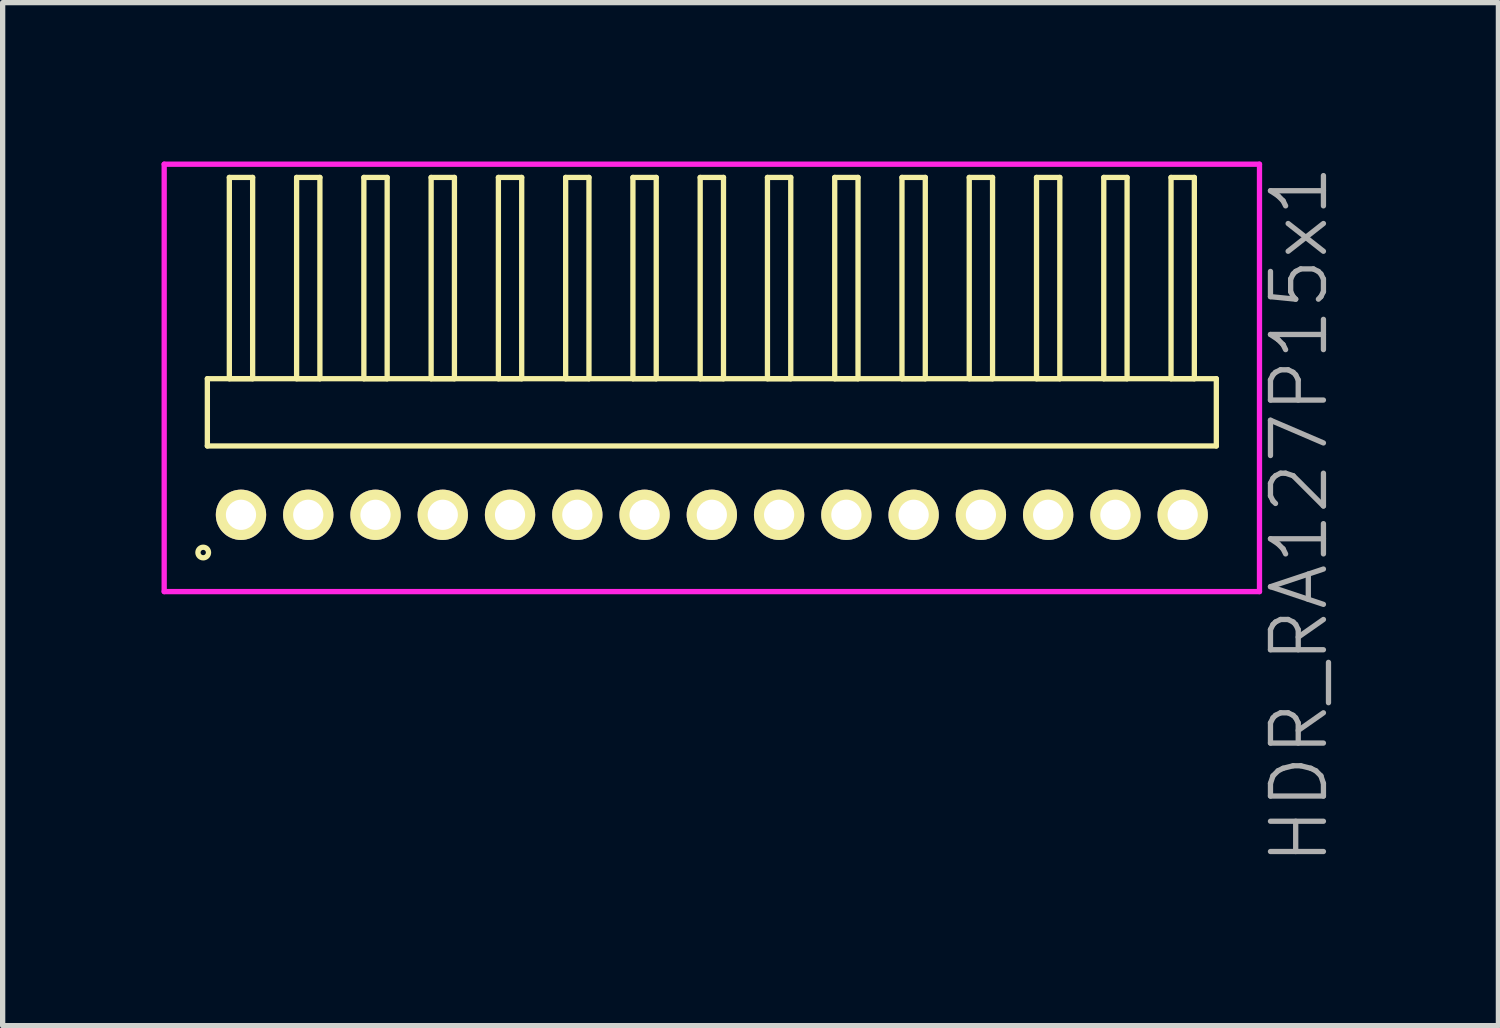
<source format=kicad_pcb>
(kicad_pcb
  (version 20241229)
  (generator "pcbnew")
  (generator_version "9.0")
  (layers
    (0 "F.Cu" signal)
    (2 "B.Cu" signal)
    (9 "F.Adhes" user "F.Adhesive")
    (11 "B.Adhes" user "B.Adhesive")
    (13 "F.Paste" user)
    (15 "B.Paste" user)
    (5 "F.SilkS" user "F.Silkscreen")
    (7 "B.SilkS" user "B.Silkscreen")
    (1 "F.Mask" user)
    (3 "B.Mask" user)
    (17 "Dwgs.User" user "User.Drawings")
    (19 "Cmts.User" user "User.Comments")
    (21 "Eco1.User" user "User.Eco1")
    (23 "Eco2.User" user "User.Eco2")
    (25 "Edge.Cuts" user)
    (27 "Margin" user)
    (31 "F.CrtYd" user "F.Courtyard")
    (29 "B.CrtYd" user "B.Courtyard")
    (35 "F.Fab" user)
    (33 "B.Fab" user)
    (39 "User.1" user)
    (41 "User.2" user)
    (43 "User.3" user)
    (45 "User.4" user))
  (footprint "HDR_RA127P15x1"
    (layer "F.Cu")
    (at 10.39 6.67)
    (property "Reference" "HDR_RA127P15x1" (at 11.09 0 90) (layer "F.Fab") (effects (font (size 1 1) (thickness 0.1))))
    (attr through_hole)
    (fp_line (start -9.525 -2.57) (end -9.525 -1.3) (stroke (width 0.1) (type solid)) (layer "F.SilkS"))
    (fp_line (start -9.525 -1.3) (end 9.525 -1.3) (stroke (width 0.1) (type solid)) (layer "F.SilkS"))
    (fp_line (start -9.11 -6.37) (end -9.11 -2.57) (stroke (width 0.1) (type solid)) (layer "F.SilkS"))
    (fp_line (start -9.11 -2.57) (end -8.67 -2.57) (stroke (width 0.1) (type solid)) (layer "F.SilkS"))
    (fp_line (start -8.67 -6.37) (end -9.11 -6.37) (stroke (width 0.1) (type solid)) (layer "F.SilkS"))
    (fp_line (start -8.67 -2.57) (end -8.67 -6.37) (stroke (width 0.1) (type solid)) (layer "F.SilkS"))
    (fp_line (start -7.84 -6.37) (end -7.84 -2.57) (stroke (width 0.1) (type solid)) (layer "F.SilkS"))
    (fp_line (start -7.84 -2.57) (end -7.4 -2.57) (stroke (width 0.1) (type solid)) (layer "F.SilkS"))
    (fp_line (start -7.4 -6.37) (end -7.84 -6.37) (stroke (width 0.1) (type solid)) (layer "F.SilkS"))
    (fp_line (start -7.4 -2.57) (end -7.4 -6.37) (stroke (width 0.1) (type solid)) (layer "F.SilkS"))
    (fp_line (start -6.57 -6.37) (end -6.57 -2.57) (stroke (width 0.1) (type solid)) (layer "F.SilkS"))
    (fp_line (start -6.57 -2.57) (end -6.13 -2.57) (stroke (width 0.1) (type solid)) (layer "F.SilkS"))
    (fp_line (start -6.13 -6.37) (end -6.57 -6.37) (stroke (width 0.1) (type solid)) (layer "F.SilkS"))
    (fp_line (start -6.13 -2.57) (end -6.13 -6.37) (stroke (width 0.1) (type solid)) (layer "F.SilkS"))
    (fp_line (start -5.3 -6.37) (end -5.3 -2.57) (stroke (width 0.1) (type solid)) (layer "F.SilkS"))
    (fp_line (start -5.3 -2.57) (end -4.86 -2.57) (stroke (width 0.1) (type solid)) (layer "F.SilkS"))
    (fp_line (start -4.86 -6.37) (end -5.3 -6.37) (stroke (width 0.1) (type solid)) (layer "F.SilkS"))
    (fp_line (start -4.86 -2.57) (end -4.86 -6.37) (stroke (width 0.1) (type solid)) (layer "F.SilkS"))
    (fp_line (start -4.03 -6.37) (end -4.03 -2.57) (stroke (width 0.1) (type solid)) (layer "F.SilkS"))
    (fp_line (start -4.03 -2.57) (end -3.59 -2.57) (stroke (width 0.1) (type solid)) (layer "F.SilkS"))
    (fp_line (start -3.59 -6.37) (end -4.03 -6.37) (stroke (width 0.1) (type solid)) (layer "F.SilkS"))
    (fp_line (start -3.59 -2.57) (end -3.59 -6.37) (stroke (width 0.1) (type solid)) (layer "F.SilkS"))
    (fp_line (start -2.76 -6.37) (end -2.76 -2.57) (stroke (width 0.1) (type solid)) (layer "F.SilkS"))
    (fp_line (start -2.76 -2.57) (end -2.32 -2.57) (stroke (width 0.1) (type solid)) (layer "F.SilkS"))
    (fp_line (start -2.32 -6.37) (end -2.76 -6.37) (stroke (width 0.1) (type solid)) (layer "F.SilkS"))
    (fp_line (start -2.32 -2.57) (end -2.32 -6.37) (stroke (width 0.1) (type solid)) (layer "F.SilkS"))
    (fp_line (start -1.49 -6.37) (end -1.49 -2.57) (stroke (width 0.1) (type solid)) (layer "F.SilkS"))
    (fp_line (start -1.49 -2.57) (end -1.05 -2.57) (stroke (width 0.1) (type solid)) (layer "F.SilkS"))
    (fp_line (start -1.05 -6.37) (end -1.49 -6.37) (stroke (width 0.1) (type solid)) (layer "F.SilkS"))
    (fp_line (start -1.05 -2.57) (end -1.05 -6.37) (stroke (width 0.1) (type solid)) (layer "F.SilkS"))
    (fp_line (start -0.22 -6.37) (end -0.22 -2.57) (stroke (width 0.1) (type solid)) (layer "F.SilkS"))
    (fp_line (start -0.22 -2.57) (end 0.22 -2.57) (stroke (width 0.1) (type solid)) (layer "F.SilkS"))
    (fp_line (start 0.22 -6.37) (end -0.22 -6.37) (stroke (width 0.1) (type solid)) (layer "F.SilkS"))
    (fp_line (start 0.22 -2.57) (end 0.22 -6.37) (stroke (width 0.1) (type solid)) (layer "F.SilkS"))
    (fp_line (start 1.05 -6.37) (end 1.05 -2.57) (stroke (width 0.1) (type solid)) (layer "F.SilkS"))
    (fp_line (start 1.05 -2.57) (end 1.49 -2.57) (stroke (width 0.1) (type solid)) (layer "F.SilkS"))
    (fp_line (start 1.49 -6.37) (end 1.05 -6.37) (stroke (width 0.1) (type solid)) (layer "F.SilkS"))
    (fp_line (start 1.49 -2.57) (end 1.49 -6.37) (stroke (width 0.1) (type solid)) (layer "F.SilkS"))
    (fp_line (start 2.32 -6.37) (end 2.32 -2.57) (stroke (width 0.1) (type solid)) (layer "F.SilkS"))
    (fp_line (start 2.32 -2.57) (end 2.76 -2.57) (stroke (width 0.1) (type solid)) (layer "F.SilkS"))
    (fp_line (start 2.76 -6.37) (end 2.32 -6.37) (stroke (width 0.1) (type solid)) (layer "F.SilkS"))
    (fp_line (start 2.76 -2.57) (end 2.76 -6.37) (stroke (width 0.1) (type solid)) (layer "F.SilkS"))
    (fp_line (start 3.59 -6.37) (end 3.59 -2.57) (stroke (width 0.1) (type solid)) (layer "F.SilkS"))
    (fp_line (start 3.59 -2.57) (end 4.03 -2.57) (stroke (width 0.1) (type solid)) (layer "F.SilkS"))
    (fp_line (start 4.03 -6.37) (end 3.59 -6.37) (stroke (width 0.1) (type solid)) (layer "F.SilkS"))
    (fp_line (start 4.03 -2.57) (end 4.03 -6.37) (stroke (width 0.1) (type solid)) (layer "F.SilkS"))
    (fp_line (start 4.86 -6.37) (end 4.86 -2.57) (stroke (width 0.1) (type solid)) (layer "F.SilkS"))
    (fp_line (start 4.86 -2.57) (end 5.3 -2.57) (stroke (width 0.1) (type solid)) (layer "F.SilkS"))
    (fp_line (start 5.3 -6.37) (end 4.86 -6.37) (stroke (width 0.1) (type solid)) (layer "F.SilkS"))
    (fp_line (start 5.3 -2.57) (end 5.3 -6.37) (stroke (width 0.1) (type solid)) (layer "F.SilkS"))
    (fp_line (start 6.13 -6.37) (end 6.13 -2.57) (stroke (width 0.1) (type solid)) (layer "F.SilkS"))
    (fp_line (start 6.13 -2.57) (end 6.57 -2.57) (stroke (width 0.1) (type solid)) (layer "F.SilkS"))
    (fp_line (start 6.57 -6.37) (end 6.13 -6.37) (stroke (width 0.1) (type solid)) (layer "F.SilkS"))
    (fp_line (start 6.57 -2.57) (end 6.57 -6.37) (stroke (width 0.1) (type solid)) (layer "F.SilkS"))
    (fp_line (start 7.4 -6.37) (end 7.4 -2.57) (stroke (width 0.1) (type solid)) (layer "F.SilkS"))
    (fp_line (start 7.4 -2.57) (end 7.84 -2.57) (stroke (width 0.1) (type solid)) (layer "F.SilkS"))
    (fp_line (start 7.84 -6.37) (end 7.4 -6.37) (stroke (width 0.1) (type solid)) (layer "F.SilkS"))
    (fp_line (start 7.84 -2.57) (end 7.84 -6.37) (stroke (width 0.1) (type solid)) (layer "F.SilkS"))
    (fp_line (start 8.67 -6.37) (end 8.67 -2.57) (stroke (width 0.1) (type solid)) (layer "F.SilkS"))
    (fp_line (start 8.67 -2.57) (end 9.11 -2.57) (stroke (width 0.1) (type solid)) (layer "F.SilkS"))
    (fp_line (start 9.11 -6.37) (end 8.67 -6.37) (stroke (width 0.1) (type solid)) (layer "F.SilkS"))
    (fp_line (start 9.11 -2.57) (end 9.11 -6.37) (stroke (width 0.1) (type solid)) (layer "F.SilkS"))
    (fp_line (start 9.525 -2.57) (end -9.525 -2.57) (stroke (width 0.1) (type solid)) (layer "F.SilkS"))
    (fp_line (start 9.525 -1.3) (end 9.525 -2.57) (stroke (width 0.1) (type solid)) (layer "F.SilkS"))
    (fp_circle (center -9.603 0.712) (end -9.503 0.712) (stroke (width 0.1) (type solid)) (fill no) (layer "F.SilkS"))
    (fp_line (start -10.34 -6.62) (end -10.34 1.45) (stroke (width 0.1) (type solid)) (layer "F.CrtYd"))
    (fp_line (start -10.34 1.45) (end 10.34 1.45) (stroke (width 0.1) (type solid)) (layer "F.CrtYd"))
    (fp_line (start 10.34 -6.62) (end -10.34 -6.62) (stroke (width 0.1) (type solid)) (layer "F.CrtYd"))
    (fp_line (start 10.34 1.45) (end 10.34 -6.62) (stroke (width 0.1) (type solid)) (layer "F.CrtYd"))
    (pad "1" thru_hole oval (at -8.89 0) (size 0.95 0.95) (drill 0.57) (layers "*.Cu" "*.Mask" "F.SilkS"))
    (pad "2" thru_hole oval (at -7.62 0) (size 0.95 0.95) (drill 0.57) (layers "*.Cu" "*.Mask" "F.SilkS"))
    (pad "3" thru_hole oval (at -6.35 0) (size 0.95 0.95) (drill 0.57) (layers "*.Cu" "*.Mask" "F.SilkS"))
    (pad "4" thru_hole oval (at -5.08 0) (size 0.95 0.95) (drill 0.57) (layers "*.Cu" "*.Mask" "F.SilkS"))
    (pad "5" thru_hole oval (at -3.81 0) (size 0.95 0.95) (drill 0.57) (layers "*.Cu" "*.Mask" "F.SilkS"))
    (pad "6" thru_hole oval (at -2.54 0) (size 0.95 0.95) (drill 0.57) (layers "*.Cu" "*.Mask" "F.SilkS"))
    (pad "7" thru_hole oval (at -1.27 0) (size 0.95 0.95) (drill 0.57) (layers "*.Cu" "*.Mask" "F.SilkS"))
    (pad "8" thru_hole oval (at 0 0) (size 0.95 0.95) (drill 0.57) (layers "*.Cu" "*.Mask" "F.SilkS"))
    (pad "9" thru_hole oval (at 1.27 0) (size 0.95 0.95) (drill 0.57) (layers "*.Cu" "*.Mask" "F.SilkS"))
    (pad "10" thru_hole oval (at 2.54 0) (size 0.95 0.95) (drill 0.57) (layers "*.Cu" "*.Mask" "F.SilkS"))
    (pad "11" thru_hole oval (at 3.81 0) (size 0.95 0.95) (drill 0.57) (layers "*.Cu" "*.Mask" "F.SilkS"))
    (pad "12" thru_hole oval (at 5.08 0) (size 0.95 0.95) (drill 0.57) (layers "*.Cu" "*.Mask" "F.SilkS"))
    (pad "13" thru_hole oval (at 6.35 0) (size 0.95 0.95) (drill 0.57) (layers "*.Cu" "*.Mask" "F.SilkS"))
    (pad "14" thru_hole oval (at 7.62 0) (size 0.95 0.95) (drill 0.57) (layers "*.Cu" "*.Mask" "F.SilkS"))
    (pad "15" thru_hole oval (at 8.89 0) (size 0.95 0.95) (drill 0.57) (layers "*.Cu" "*.Mask" "F.SilkS")))
  (gr_rect
    (start -3 -3)
    (end 25.241 16.315)
    (stroke (width 0.1) (type default))
    (fill no)
    (layer "Edge.Cuts")))
</source>
